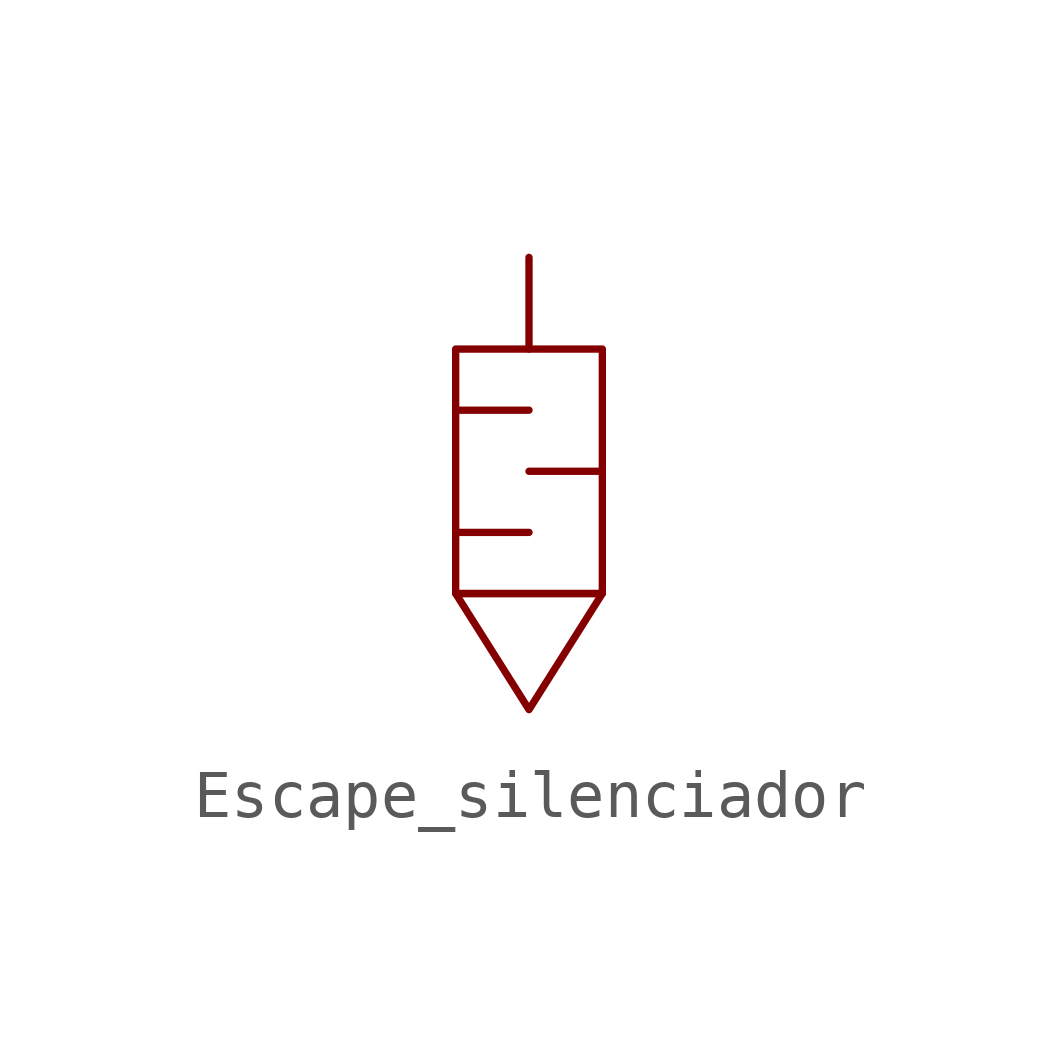
<source format=kicad_sym>
(kicad_symbol_lib
  (version 20211014)
  (generator kicad_symbol_editor)
  (symbol "Escape_silenciador"
    (pin_names
      (offset 1.016))
    (property "Reference" "V"
      (at -3.175 -0.635 0)
      (effects (font (size 2.54 2.54)) (justify left) hide))
    (symbol "Escape_silenciador_0_1"
      (rectangle (start -1.524 -1.905) (end 1.524 -6.985) (stroke (width 0) (type default) (color 0 0 0 0)) (fill (type none)))
      (polyline (pts (xy -1.524 -5.715) (xy 0 -5.715)) (stroke (width 0) (type default) (color 0 0 0 0)) (fill (type none)))
      (polyline (pts (xy -1.524 -3.175) (xy 0 -3.175)) (stroke (width 0) (type default) (color 0 0 0 0)) (fill (type none)))
      (polyline (pts (xy 1.524 -4.445) (xy 0 -4.445)) (stroke (width 0) (type default) (color 0 0 0 0)) (fill (type none)))
      (polyline (pts (xy -1.524 -6.985) (xy 1.524 -6.985) (xy 0 -9.398) (xy -1.524 -6.985)) (stroke (width 0) (type default) (color 0 0 0 0)) (fill (type none))))
    (symbol "Escape_silenciador_1_1"
      (pin input line (at 0 0 270) (length 1.905) (name "" (effects (font (size 1.27 1.27)))) (number "" (effects (font (size 1.27 1.27))))))))
</source>
